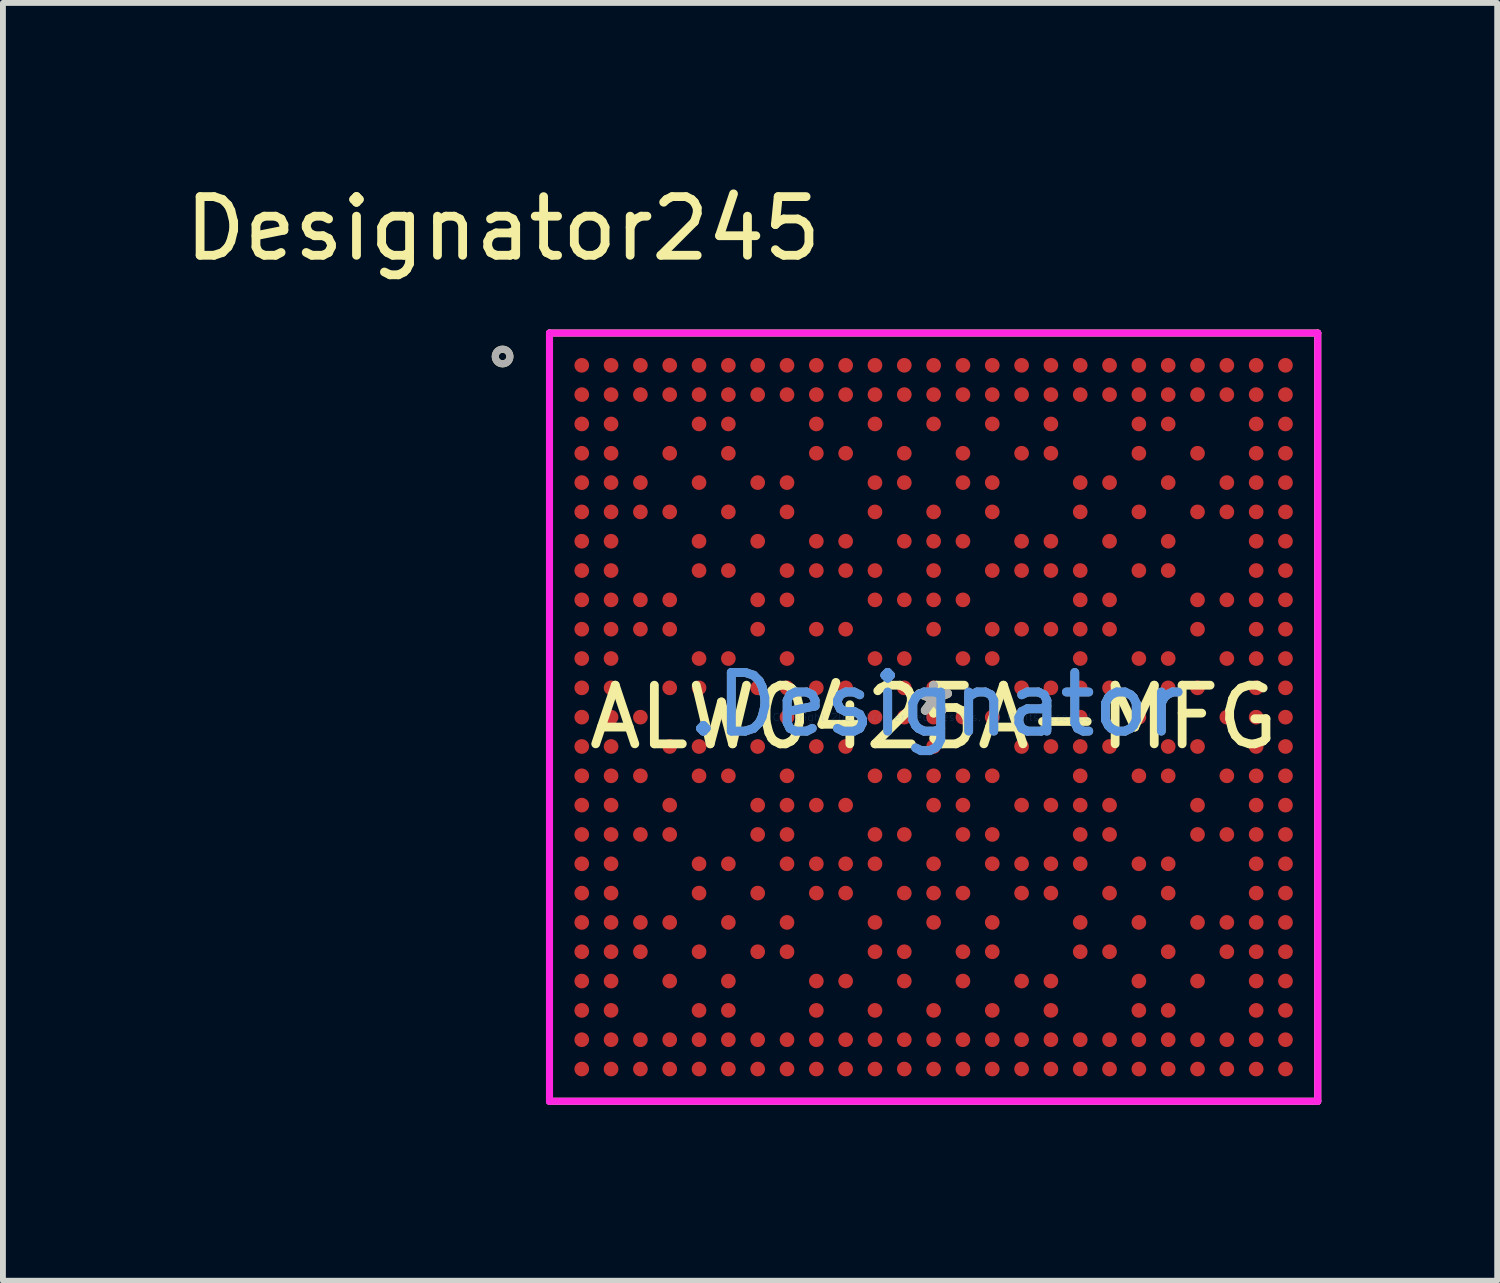
<source format=kicad_pcb>
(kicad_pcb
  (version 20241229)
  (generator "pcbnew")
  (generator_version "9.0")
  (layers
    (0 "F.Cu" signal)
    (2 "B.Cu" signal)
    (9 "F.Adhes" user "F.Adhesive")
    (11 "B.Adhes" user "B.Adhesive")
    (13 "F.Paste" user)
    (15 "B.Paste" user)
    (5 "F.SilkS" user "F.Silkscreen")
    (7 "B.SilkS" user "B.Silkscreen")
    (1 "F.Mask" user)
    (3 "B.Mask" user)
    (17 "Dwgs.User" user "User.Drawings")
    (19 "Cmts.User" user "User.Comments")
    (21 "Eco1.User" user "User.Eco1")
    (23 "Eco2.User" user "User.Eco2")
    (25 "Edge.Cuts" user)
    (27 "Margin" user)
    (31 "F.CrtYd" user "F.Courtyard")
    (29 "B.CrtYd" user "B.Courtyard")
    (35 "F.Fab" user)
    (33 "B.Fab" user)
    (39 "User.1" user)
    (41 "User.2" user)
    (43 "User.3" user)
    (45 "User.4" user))
  (footprint "ALW0425A-MFG"
    (layer "F.Cu")
    (at 12.87 9.179)
    (property "Reference" "ALW0425A-MFG" (at 0 0 0) (layer "F.SilkS") (effects (font (size 1 1) (thickness 0.15))))
    (attr through_hole)
    (fp_line (start -6.55 -6.55) (end 6.55 -6.55) (stroke (width 0.12) (type solid)) (layer "F.SilkS"))
    (fp_line (start -6.55 6.55) (end -6.55 -6.55) (stroke (width 0.12) (type solid)) (layer "F.SilkS"))
    (fp_line (start -6.55 6.55) (end 6.55 6.55) (stroke (width 0.12) (type solid)) (layer "F.SilkS"))
    (fp_line (start 6.55 6.55) (end 6.55 -6.55) (stroke (width 0.12) (type solid)) (layer "F.SilkS"))
    (fp_circle (center -7.35 -6.15) (end -7.225 -6.15) (stroke (width 0.12) (type solid)) (fill no) (layer "F.SilkS"))
    (fp_line (start -6.55 -6.55) (end 6.55 -6.55) (stroke (width 0.12) (type solid)) (layer "F.CrtYd"))
    (fp_line (start -6.55 6.55) (end -6.55 -6.55) (stroke (width 0.12) (type solid)) (layer "F.CrtYd"))
    (fp_line (start -6.55 6.55) (end 6.55 6.55) (stroke (width 0.12) (type solid)) (layer "F.CrtYd"))
    (fp_line (start 6.55 6.55) (end 6.55 -6.55) (stroke (width 0.12) (type solid)) (layer "F.CrtYd"))
    (fp_line (start -6.55 -6.55) (end 6.55 -6.55) (stroke (width 0.1) (type solid)) (layer "F.Fab"))
    (fp_line (start -6.55 6.55) (end -6.55 -6.55) (stroke (width 0.1) (type solid)) (layer "F.Fab"))
    (fp_line (start -6.55 6.55) (end 6.55 6.55) (stroke (width 0.1) (type solid)) (layer "F.Fab"))
    (fp_line (start 6.55 6.55) (end 6.55 -6.55) (stroke (width 0.1) (type solid)) (layer "F.Fab"))
    (fp_circle (center -7.35 -6.15) (end -7.225 -6.15) (stroke (width 0.12) (type solid)) (fill no) (layer "F.Fab"))
    (fp_text user "Designator245" (at -7.341 -8.331 0) (layer "F.SilkS") (effects (font (size 1 1) (thickness 0.15))))
    (fp_text user "*" (at 0 0 0) (layer "F.SilkS") (effects (font (size 1 1) (thickness 0.15))))
    (fp_text user ".Designator" (at 0.05 -0.217 0) (layer "Cmts.User") (effects (font (size 1 1) (thickness 0.15))))
    (fp_text user "Copyright 2021 Accelerated Designs. All rights reserved." (at 0 0 0) (layer "Cmts.User") (effects (font (size 0.127 0.127) (thickness 0.002))))
    (fp_text user ".Designator" (at 0.05 -0.217 0) (layer "F.Fab") (effects (font (size 1 1) (thickness 0.15))))
    (fp_text user "*" (at 0 0 0) (layer "F.Fab") (effects (font (size 1 1) (thickness 0.15))))
    (pad "A1" smd circle (at -6 -6) (size 0.25 0.25) (layers "F.Cu" "F.Mask" "F.Paste"))
    (pad "A2" smd circle (at -5.5 -6) (size 0.25 0.25) (layers "F.Cu" "F.Mask" "F.Paste"))
    (pad "A3" smd circle (at -5 -6) (size 0.25 0.25) (layers "F.Cu" "F.Mask" "F.Paste"))
    (pad "A4" smd circle (at -4.5 -6) (size 0.25 0.25) (layers "F.Cu" "F.Mask" "F.Paste"))
    (pad "A5" smd circle (at -4 -6) (size 0.25 0.25) (layers "F.Cu" "F.Mask" "F.Paste"))
    (pad "A6" smd circle (at -3.5 -6) (size 0.25 0.25) (layers "F.Cu" "F.Mask" "F.Paste"))
    (pad "A7" smd circle (at -3 -6) (size 0.25 0.25) (layers "F.Cu" "F.Mask" "F.Paste"))
    (pad "A8" smd circle (at -2.5 -6) (size 0.25 0.25) (layers "F.Cu" "F.Mask" "F.Paste"))
    (pad "A9" smd circle (at -2 -6) (size 0.25 0.25) (layers "F.Cu" "F.Mask" "F.Paste"))
    (pad "A10" smd circle (at -1.5 -6) (size 0.25 0.25) (layers "F.Cu" "F.Mask" "F.Paste"))
    (pad "A11" smd circle (at -1 -6) (size 0.25 0.25) (layers "F.Cu" "F.Mask" "F.Paste"))
    (pad "A12" smd circle (at -0.5 -6) (size 0.25 0.25) (layers "F.Cu" "F.Mask" "F.Paste"))
    (pad "A13" smd circle (at 0 -6) (size 0.25 0.25) (layers "F.Cu" "F.Mask" "F.Paste"))
    (pad "A14" smd circle (at 0.5 -6) (size 0.25 0.25) (layers "F.Cu" "F.Mask" "F.Paste"))
    (pad "A15" smd circle (at 1 -6) (size 0.25 0.25) (layers "F.Cu" "F.Mask" "F.Paste"))
    (pad "A16" smd circle (at 1.5 -6) (size 0.25 0.25) (layers "F.Cu" "F.Mask" "F.Paste"))
    (pad "A17" smd circle (at 2 -6) (size 0.25 0.25) (layers "F.Cu" "F.Mask" "F.Paste"))
    (pad "A18" smd circle (at 2.5 -6) (size 0.25 0.25) (layers "F.Cu" "F.Mask" "F.Paste"))
    (pad "A19" smd circle (at 3 -6) (size 0.25 0.25) (layers "F.Cu" "F.Mask" "F.Paste"))
    (pad "A20" smd circle (at 3.5 -6) (size 0.25 0.25) (layers "F.Cu" "F.Mask" "F.Paste"))
    (pad "A21" smd circle (at 4 -6) (size 0.25 0.25) (layers "F.Cu" "F.Mask" "F.Paste"))
    (pad "A22" smd circle (at 4.5 -6) (size 0.25 0.25) (layers "F.Cu" "F.Mask" "F.Paste"))
    (pad "A23" smd circle (at 5 -6) (size 0.25 0.25) (layers "F.Cu" "F.Mask" "F.Paste"))
    (pad "A24" smd circle (at 5.5 -6) (size 0.25 0.25) (layers "F.Cu" "F.Mask" "F.Paste"))
    (pad "A25" smd circle (at 6 -6) (size 0.25 0.25) (layers "F.Cu" "F.Mask" "F.Paste"))
    (pad "AA1" smd circle (at -6 4) (size 0.25 0.25) (layers "F.Cu" "F.Mask" "F.Paste"))
    (pad "AA2" smd circle (at -5.5 4) (size 0.25 0.25) (layers "F.Cu" "F.Mask" "F.Paste"))
    (pad "AA3" smd circle (at -5 4) (size 0.25 0.25) (layers "F.Cu" "F.Mask" "F.Paste"))
    (pad "AA5" smd circle (at -4 4) (size 0.25 0.25) (layers "F.Cu" "F.Mask" "F.Paste"))
    (pad "AA7" smd circle (at -3 4) (size 0.25 0.25) (layers "F.Cu" "F.Mask" "F.Paste"))
    (pad "AA8" smd circle (at -2.5 4) (size 0.25 0.25) (layers "F.Cu" "F.Mask" "F.Paste"))
    (pad "AA11" smd circle (at -1 4) (size 0.25 0.25) (layers "F.Cu" "F.Mask" "F.Paste"))
    (pad "AA12" smd circle (at -0.5 4) (size 0.25 0.25) (layers "F.Cu" "F.Mask" "F.Paste"))
    (pad "AA14" smd circle (at 0.5 4) (size 0.25 0.25) (layers "F.Cu" "F.Mask" "F.Paste"))
    (pad "AA15" smd circle (at 1 4) (size 0.25 0.25) (layers "F.Cu" "F.Mask" "F.Paste"))
    (pad "AA18" smd circle (at 2.5 4) (size 0.25 0.25) (layers "F.Cu" "F.Mask" "F.Paste"))
    (pad "AA19" smd circle (at 3 4) (size 0.25 0.25) (layers "F.Cu" "F.Mask" "F.Paste"))
    (pad "AA21" smd circle (at 4 4) (size 0.25 0.25) (layers "F.Cu" "F.Mask" "F.Paste"))
    (pad "AA23" smd circle (at 5 4) (size 0.25 0.25) (layers "F.Cu" "F.Mask" "F.Paste"))
    (pad "AA24" smd circle (at 5.5 4) (size 0.25 0.25) (layers "F.Cu" "F.Mask" "F.Paste"))
    (pad "AA25" smd circle (at 6 4) (size 0.25 0.25) (layers "F.Cu" "F.Mask" "F.Paste"))
    (pad "AB1" smd circle (at -6 4.5) (size 0.25 0.25) (layers "F.Cu" "F.Mask" "F.Paste"))
    (pad "AB2" smd circle (at -5.5 4.5) (size 0.25 0.25) (layers "F.Cu" "F.Mask" "F.Paste"))
    (pad "AB4" smd circle (at -4.5 4.5) (size 0.25 0.25) (layers "F.Cu" "F.Mask" "F.Paste"))
    (pad "AB6" smd circle (at -3.5 4.5) (size 0.25 0.25) (layers "F.Cu" "F.Mask" "F.Paste"))
    (pad "AB9" smd circle (at -2 4.5) (size 0.25 0.25) (layers "F.Cu" "F.Mask" "F.Paste"))
    (pad "AB10" smd circle (at -1.5 4.5) (size 0.25 0.25) (layers "F.Cu" "F.Mask" "F.Paste"))
    (pad "AB12" smd circle (at -0.5 4.5) (size 0.25 0.25) (layers "F.Cu" "F.Mask" "F.Paste"))
    (pad "AB14" smd circle (at 0.5 4.5) (size 0.25 0.25) (layers "F.Cu" "F.Mask" "F.Paste"))
    (pad "AB16" smd circle (at 1.5 4.5) (size 0.25 0.25) (layers "F.Cu" "F.Mask" "F.Paste"))
    (pad "AB17" smd circle (at 2 4.5) (size 0.25 0.25) (layers "F.Cu" "F.Mask" "F.Paste"))
    (pad "AB20" smd circle (at 3.5 4.5) (size 0.25 0.25) (layers "F.Cu" "F.Mask" "F.Paste"))
    (pad "AB22" smd circle (at 4.5 4.5) (size 0.25 0.25) (layers "F.Cu" "F.Mask" "F.Paste"))
    (pad "AB24" smd circle (at 5.5 4.5) (size 0.25 0.25) (layers "F.Cu" "F.Mask" "F.Paste"))
    (pad "AB25" smd circle (at 6 4.5) (size 0.25 0.25) (layers "F.Cu" "F.Mask" "F.Paste"))
    (pad "AC1" smd circle (at -6 5) (size 0.25 0.25) (layers "F.Cu" "F.Mask" "F.Paste"))
    (pad "AC2" smd circle (at -5.5 5) (size 0.25 0.25) (layers "F.Cu" "F.Mask" "F.Paste"))
    (pad "AC5" smd circle (at -4 5) (size 0.25 0.25) (layers "F.Cu" "F.Mask" "F.Paste"))
    (pad "AC6" smd circle (at -3.5 5) (size 0.25 0.25) (layers "F.Cu" "F.Mask" "F.Paste"))
    (pad "AC9" smd circle (at -2 5) (size 0.25 0.25) (layers "F.Cu" "F.Mask" "F.Paste"))
    (pad "AC11" smd circle (at -1 5) (size 0.25 0.25) (layers "F.Cu" "F.Mask" "F.Paste"))
    (pad "AC13" smd circle (at 0 5) (size 0.25 0.25) (layers "F.Cu" "F.Mask" "F.Paste"))
    (pad "AC15" smd circle (at 1 5) (size 0.25 0.25) (layers "F.Cu" "F.Mask" "F.Paste"))
    (pad "AC17" smd circle (at 2 5) (size 0.25 0.25) (layers "F.Cu" "F.Mask" "F.Paste"))
    (pad "AC20" smd circle (at 3.5 5) (size 0.25 0.25) (layers "F.Cu" "F.Mask" "F.Paste"))
    (pad "AC21" smd circle (at 4 5) (size 0.25 0.25) (layers "F.Cu" "F.Mask" "F.Paste"))
    (pad "AC24" smd circle (at 5.5 5) (size 0.25 0.25) (layers "F.Cu" "F.Mask" "F.Paste"))
    (pad "AC25" smd circle (at 6 5) (size 0.25 0.25) (layers "F.Cu" "F.Mask" "F.Paste"))
    (pad "AD1" smd circle (at -6 5.5) (size 0.25 0.25) (layers "F.Cu" "F.Mask" "F.Paste"))
    (pad "AD2" smd circle (at -5.5 5.5) (size 0.25 0.25) (layers "F.Cu" "F.Mask" "F.Paste"))
    (pad "AD3" smd circle (at -5 5.5) (size 0.25 0.25) (layers "F.Cu" "F.Mask" "F.Paste"))
    (pad "AD4" smd circle (at -4.5 5.5) (size 0.25 0.25) (layers "F.Cu" "F.Mask" "F.Paste"))
    (pad "AD5" smd circle (at -4 5.5) (size 0.25 0.25) (layers "F.Cu" "F.Mask" "F.Paste"))
    (pad "AD6" smd circle (at -3.5 5.5) (size 0.25 0.25) (layers "F.Cu" "F.Mask" "F.Paste"))
    (pad "AD7" smd circle (at -3 5.5) (size 0.25 0.25) (layers "F.Cu" "F.Mask" "F.Paste"))
    (pad "AD8" smd circle (at -2.5 5.5) (size 0.25 0.25) (layers "F.Cu" "F.Mask" "F.Paste"))
    (pad "AD9" smd circle (at -2 5.5) (size 0.25 0.25) (layers "F.Cu" "F.Mask" "F.Paste"))
    (pad "AD10" smd circle (at -1.5 5.5) (size 0.25 0.25) (layers "F.Cu" "F.Mask" "F.Paste"))
    (pad "AD11" smd circle (at -1 5.5) (size 0.25 0.25) (layers "F.Cu" "F.Mask" "F.Paste"))
    (pad "AD12" smd circle (at -0.5 5.5) (size 0.25 0.25) (layers "F.Cu" "F.Mask" "F.Paste"))
    (pad "AD13" smd circle (at 0 5.5) (size 0.25 0.25) (layers "F.Cu" "F.Mask" "F.Paste"))
    (pad "AD14" smd circle (at 0.5 5.5) (size 0.25 0.25) (layers "F.Cu" "F.Mask" "F.Paste"))
    (pad "AD15" smd circle (at 1 5.5) (size 0.25 0.25) (layers "F.Cu" "F.Mask" "F.Paste"))
    (pad "AD16" smd circle (at 1.5 5.5) (size 0.25 0.25) (layers "F.Cu" "F.Mask" "F.Paste"))
    (pad "AD17" smd circle (at 2 5.5) (size 0.25 0.25) (layers "F.Cu" "F.Mask" "F.Paste"))
    (pad "AD18" smd circle (at 2.5 5.5) (size 0.25 0.25) (layers "F.Cu" "F.Mask" "F.Paste"))
    (pad "AD19" smd circle (at 3 5.5) (size 0.25 0.25) (layers "F.Cu" "F.Mask" "F.Paste"))
    (pad "AD20" smd circle (at 3.5 5.5) (size 0.25 0.25) (layers "F.Cu" "F.Mask" "F.Paste"))
    (pad "AD21" smd circle (at 4 5.5) (size 0.25 0.25) (layers "F.Cu" "F.Mask" "F.Paste"))
    (pad "AD22" smd circle (at 4.5 5.5) (size 0.25 0.25) (layers "F.Cu" "F.Mask" "F.Paste"))
    (pad "AD23" smd circle (at 5 5.5) (size 0.25 0.25) (layers "F.Cu" "F.Mask" "F.Paste"))
    (pad "AD24" smd circle (at 5.5 5.5) (size 0.25 0.25) (layers "F.Cu" "F.Mask" "F.Paste"))
    (pad "AD25" smd circle (at 6 5.5) (size 0.25 0.25) (layers "F.Cu" "F.Mask" "F.Paste"))
    (pad "AE1" smd circle (at -6 6) (size 0.25 0.25) (layers "F.Cu" "F.Mask" "F.Paste"))
    (pad "AE2" smd circle (at -5.5 6) (size 0.25 0.25) (layers "F.Cu" "F.Mask" "F.Paste"))
    (pad "AE3" smd circle (at -5 6) (size 0.25 0.25) (layers "F.Cu" "F.Mask" "F.Paste"))
    (pad "AE4" smd circle (at -4.5 6) (size 0.25 0.25) (layers "F.Cu" "F.Mask" "F.Paste"))
    (pad "AE5" smd circle (at -4 6) (size 0.25 0.25) (layers "F.Cu" "F.Mask" "F.Paste"))
    (pad "AE6" smd circle (at -3.5 6) (size 0.25 0.25) (layers "F.Cu" "F.Mask" "F.Paste"))
    (pad "AE7" smd circle (at -3 6) (size 0.25 0.25) (layers "F.Cu" "F.Mask" "F.Paste"))
    (pad "AE8" smd circle (at -2.5 6) (size 0.25 0.25) (layers "F.Cu" "F.Mask" "F.Paste"))
    (pad "AE9" smd circle (at -2 6) (size 0.25 0.25) (layers "F.Cu" "F.Mask" "F.Paste"))
    (pad "AE10" smd circle (at -1.5 6) (size 0.25 0.25) (layers "F.Cu" "F.Mask" "F.Paste"))
    (pad "AE11" smd circle (at -1 6) (size 0.25 0.25) (layers "F.Cu" "F.Mask" "F.Paste"))
    (pad "AE12" smd circle (at -0.5 6) (size 0.25 0.25) (layers "F.Cu" "F.Mask" "F.Paste"))
    (pad "AE13" smd circle (at 0 6) (size 0.25 0.25) (layers "F.Cu" "F.Mask" "F.Paste"))
    (pad "AE14" smd circle (at 0.5 6) (size 0.25 0.25) (layers "F.Cu" "F.Mask" "F.Paste"))
    (pad "AE15" smd circle (at 1 6) (size 0.25 0.25) (layers "F.Cu" "F.Mask" "F.Paste"))
    (pad "AE16" smd circle (at 1.5 6) (size 0.25 0.25) (layers "F.Cu" "F.Mask" "F.Paste"))
    (pad "AE17" smd circle (at 2 6) (size 0.25 0.25) (layers "F.Cu" "F.Mask" "F.Paste"))
    (pad "AE18" smd circle (at 2.5 6) (size 0.25 0.25) (layers "F.Cu" "F.Mask" "F.Paste"))
    (pad "AE19" smd circle (at 3 6) (size 0.25 0.25) (layers "F.Cu" "F.Mask" "F.Paste"))
    (pad "AE20" smd circle (at 3.5 6) (size 0.25 0.25) (layers "F.Cu" "F.Mask" "F.Paste"))
    (pad "AE21" smd circle (at 4 6) (size 0.25 0.25) (layers "F.Cu" "F.Mask" "F.Paste"))
    (pad "AE22" smd circle (at 4.5 6) (size 0.25 0.25) (layers "F.Cu" "F.Mask" "F.Paste"))
    (pad "AE23" smd circle (at 5 6) (size 0.25 0.25) (layers "F.Cu" "F.Mask" "F.Paste"))
    (pad "AE24" smd circle (at 5.5 6) (size 0.25 0.25) (layers "F.Cu" "F.Mask" "F.Paste"))
    (pad "AE25" smd circle (at 6 6) (size 0.25 0.25) (layers "F.Cu" "F.Mask" "F.Paste"))
    (pad "B1" smd circle (at -6 -5.5) (size 0.25 0.25) (layers "F.Cu" "F.Mask" "F.Paste"))
    (pad "B2" smd circle (at -5.5 -5.5) (size 0.25 0.25) (layers "F.Cu" "F.Mask" "F.Paste"))
    (pad "B3" smd circle (at -5 -5.5) (size 0.25 0.25) (layers "F.Cu" "F.Mask" "F.Paste"))
    (pad "B4" smd circle (at -4.5 -5.5) (size 0.25 0.25) (layers "F.Cu" "F.Mask" "F.Paste"))
    (pad "B5" smd circle (at -4 -5.5) (size 0.25 0.25) (layers "F.Cu" "F.Mask" "F.Paste"))
    (pad "B6" smd circle (at -3.5 -5.5) (size 0.25 0.25) (layers "F.Cu" "F.Mask" "F.Paste"))
    (pad "B7" smd circle (at -3 -5.5) (size 0.25 0.25) (layers "F.Cu" "F.Mask" "F.Paste"))
    (pad "B8" smd circle (at -2.5 -5.5) (size 0.25 0.25) (layers "F.Cu" "F.Mask" "F.Paste"))
    (pad "B9" smd circle (at -2 -5.5) (size 0.25 0.25) (layers "F.Cu" "F.Mask" "F.Paste"))
    (pad "B10" smd circle (at -1.5 -5.5) (size 0.25 0.25) (layers "F.Cu" "F.Mask" "F.Paste"))
    (pad "B11" smd circle (at -1 -5.5) (size 0.25 0.25) (layers "F.Cu" "F.Mask" "F.Paste"))
    (pad "B12" smd circle (at -0.5 -5.5) (size 0.25 0.25) (layers "F.Cu" "F.Mask" "F.Paste"))
    (pad "B13" smd circle (at 0 -5.5) (size 0.25 0.25) (layers "F.Cu" "F.Mask" "F.Paste"))
    (pad "B14" smd circle (at 0.5 -5.5) (size 0.25 0.25) (layers "F.Cu" "F.Mask" "F.Paste"))
    (pad "B15" smd circle (at 1 -5.5) (size 0.25 0.25) (layers "F.Cu" "F.Mask" "F.Paste"))
    (pad "B16" smd circle (at 1.5 -5.5) (size 0.25 0.25) (layers "F.Cu" "F.Mask" "F.Paste"))
    (pad "B17" smd circle (at 2 -5.5) (size 0.25 0.25) (layers "F.Cu" "F.Mask" "F.Paste"))
    (pad "B18" smd circle (at 2.5 -5.5) (size 0.25 0.25) (layers "F.Cu" "F.Mask" "F.Paste"))
    (pad "B19" smd circle (at 3 -5.5) (size 0.25 0.25) (layers "F.Cu" "F.Mask" "F.Paste"))
    (pad "B20" smd circle (at 3.5 -5.5) (size 0.25 0.25) (layers "F.Cu" "F.Mask" "F.Paste"))
    (pad "B21" smd circle (at 4 -5.5) (size 0.25 0.25) (layers "F.Cu" "F.Mask" "F.Paste"))
    (pad "B22" smd circle (at 4.5 -5.5) (size 0.25 0.25) (layers "F.Cu" "F.Mask" "F.Paste"))
    (pad "B23" smd circle (at 5 -5.5) (size 0.25 0.25) (layers "F.Cu" "F.Mask" "F.Paste"))
    (pad "B24" smd circle (at 5.5 -5.5) (size 0.25 0.25) (layers "F.Cu" "F.Mask" "F.Paste"))
    (pad "B25" smd circle (at 6 -5.5) (size 0.25 0.25) (layers "F.Cu" "F.Mask" "F.Paste"))
    (pad "C1" smd circle (at -6 -5) (size 0.25 0.25) (layers "F.Cu" "F.Mask" "F.Paste"))
    (pad "C2" smd circle (at -5.5 -5) (size 0.25 0.25) (layers "F.Cu" "F.Mask" "F.Paste"))
    (pad "C5" smd circle (at -4 -5) (size 0.25 0.25) (layers "F.Cu" "F.Mask" "F.Paste"))
    (pad "C6" smd circle (at -3.5 -5) (size 0.25 0.25) (layers "F.Cu" "F.Mask" "F.Paste"))
    (pad "C9" smd circle (at -2 -5) (size 0.25 0.25) (layers "F.Cu" "F.Mask" "F.Paste"))
    (pad "C11" smd circle (at -1 -5) (size 0.25 0.25) (layers "F.Cu" "F.Mask" "F.Paste"))
    (pad "C13" smd circle (at 0 -5) (size 0.25 0.25) (layers "F.Cu" "F.Mask" "F.Paste"))
    (pad "C15" smd circle (at 1 -5) (size 0.25 0.25) (layers "F.Cu" "F.Mask" "F.Paste"))
    (pad "C17" smd circle (at 2 -5) (size 0.25 0.25) (layers "F.Cu" "F.Mask" "F.Paste"))
    (pad "C20" smd circle (at 3.5 -5) (size 0.25 0.25) (layers "F.Cu" "F.Mask" "F.Paste"))
    (pad "C21" smd circle (at 4 -5) (size 0.25 0.25) (layers "F.Cu" "F.Mask" "F.Paste"))
    (pad "C24" smd circle (at 5.5 -5) (size 0.25 0.25) (layers "F.Cu" "F.Mask" "F.Paste"))
    (pad "C25" smd circle (at 6 -5) (size 0.25 0.25) (layers "F.Cu" "F.Mask" "F.Paste"))
    (pad "D1" smd circle (at -6 -4.5) (size 0.25 0.25) (layers "F.Cu" "F.Mask" "F.Paste"))
    (pad "D2" smd circle (at -5.5 -4.5) (size 0.25 0.25) (layers "F.Cu" "F.Mask" "F.Paste"))
    (pad "D4" smd circle (at -4.5 -4.5) (size 0.25 0.25) (layers "F.Cu" "F.Mask" "F.Paste"))
    (pad "D6" smd circle (at -3.5 -4.5) (size 0.25 0.25) (layers "F.Cu" "F.Mask" "F.Paste"))
    (pad "D9" smd circle (at -2 -4.5) (size 0.25 0.25) (layers "F.Cu" "F.Mask" "F.Paste"))
    (pad "D10" smd circle (at -1.5 -4.5) (size 0.25 0.25) (layers "F.Cu" "F.Mask" "F.Paste"))
    (pad "D12" smd circle (at -0.5 -4.5) (size 0.25 0.25) (layers "F.Cu" "F.Mask" "F.Paste"))
    (pad "D14" smd circle (at 0.5 -4.5) (size 0.25 0.25) (layers "F.Cu" "F.Mask" "F.Paste"))
    (pad "D16" smd circle (at 1.5 -4.5) (size 0.25 0.25) (layers "F.Cu" "F.Mask" "F.Paste"))
    (pad "D17" smd circle (at 2 -4.5) (size 0.25 0.25) (layers "F.Cu" "F.Mask" "F.Paste"))
    (pad "D20" smd circle (at 3.5 -4.5) (size 0.25 0.25) (layers "F.Cu" "F.Mask" "F.Paste"))
    (pad "D22" smd circle (at 4.5 -4.5) (size 0.25 0.25) (layers "F.Cu" "F.Mask" "F.Paste"))
    (pad "D24" smd circle (at 5.5 -4.5) (size 0.25 0.25) (layers "F.Cu" "F.Mask" "F.Paste"))
    (pad "D25" smd circle (at 6 -4.5) (size 0.25 0.25) (layers "F.Cu" "F.Mask" "F.Paste"))
    (pad "E1" smd circle (at -6 -4) (size 0.25 0.25) (layers "F.Cu" "F.Mask" "F.Paste"))
    (pad "E2" smd circle (at -5.5 -4) (size 0.25 0.25) (layers "F.Cu" "F.Mask" "F.Paste"))
    (pad "E3" smd circle (at -5 -4) (size 0.25 0.25) (layers "F.Cu" "F.Mask" "F.Paste"))
    (pad "E5" smd circle (at -4 -4) (size 0.25 0.25) (layers "F.Cu" "F.Mask" "F.Paste"))
    (pad "E7" smd circle (at -3 -4) (size 0.25 0.25) (layers "F.Cu" "F.Mask" "F.Paste"))
    (pad "E8" smd circle (at -2.5 -4) (size 0.25 0.25) (layers "F.Cu" "F.Mask" "F.Paste"))
    (pad "E11" smd circle (at -1 -4) (size 0.25 0.25) (layers "F.Cu" "F.Mask" "F.Paste"))
    (pad "E12" smd circle (at -0.5 -4) (size 0.25 0.25) (layers "F.Cu" "F.Mask" "F.Paste"))
    (pad "E14" smd circle (at 0.5 -4) (size 0.25 0.25) (layers "F.Cu" "F.Mask" "F.Paste"))
    (pad "E15" smd circle (at 1 -4) (size 0.25 0.25) (layers "F.Cu" "F.Mask" "F.Paste"))
    (pad "E18" smd circle (at 2.5 -4) (size 0.25 0.25) (layers "F.Cu" "F.Mask" "F.Paste"))
    (pad "E19" smd circle (at 3 -4) (size 0.25 0.25) (layers "F.Cu" "F.Mask" "F.Paste"))
    (pad "E21" smd circle (at 4 -4) (size 0.25 0.25) (layers "F.Cu" "F.Mask" "F.Paste"))
    (pad "E23" smd circle (at 5 -4) (size 0.25 0.25) (layers "F.Cu" "F.Mask" "F.Paste"))
    (pad "E24" smd circle (at 5.5 -4) (size 0.25 0.25) (layers "F.Cu" "F.Mask" "F.Paste"))
    (pad "E25" smd circle (at 6 -4) (size 0.25 0.25) (layers "F.Cu" "F.Mask" "F.Paste"))
    (pad "F1" smd circle (at -6 -3.5) (size 0.25 0.25) (layers "F.Cu" "F.Mask" "F.Paste"))
    (pad "F2" smd circle (at -5.5 -3.5) (size 0.25 0.25) (layers "F.Cu" "F.Mask" "F.Paste"))
    (pad "F3" smd circle (at -5 -3.5) (size 0.25 0.25) (layers "F.Cu" "F.Mask" "F.Paste"))
    (pad "F4" smd circle (at -4.5 -3.5) (size 0.25 0.25) (layers "F.Cu" "F.Mask" "F.Paste"))
    (pad "F6" smd circle (at -3.5 -3.5) (size 0.25 0.25) (layers "F.Cu" "F.Mask" "F.Paste"))
    (pad "F8" smd circle (at -2.5 -3.5) (size 0.25 0.25) (layers "F.Cu" "F.Mask" "F.Paste"))
    (pad "F11" smd circle (at -1 -3.5) (size 0.25 0.25) (layers "F.Cu" "F.Mask" "F.Paste"))
    (pad "F13" smd circle (at 0 -3.5) (size 0.25 0.25) (layers "F.Cu" "F.Mask" "F.Paste"))
    (pad "F15" smd circle (at 1 -3.5) (size 0.25 0.25) (layers "F.Cu" "F.Mask" "F.Paste"))
    (pad "F18" smd circle (at 2.5 -3.5) (size 0.25 0.25) (layers "F.Cu" "F.Mask" "F.Paste"))
    (pad "F20" smd circle (at 3.5 -3.5) (size 0.25 0.25) (layers "F.Cu" "F.Mask" "F.Paste"))
    (pad "F22" smd circle (at 4.5 -3.5) (size 0.25 0.25) (layers "F.Cu" "F.Mask" "F.Paste"))
    (pad "F23" smd circle (at 5 -3.5) (size 0.25 0.25) (layers "F.Cu" "F.Mask" "F.Paste"))
    (pad "F24" smd circle (at 5.5 -3.5) (size 0.25 0.25) (layers "F.Cu" "F.Mask" "F.Paste"))
    (pad "F25" smd circle (at 6 -3.5) (size 0.25 0.25) (layers "F.Cu" "F.Mask" "F.Paste"))
    (pad "G1" smd circle (at -6 -3) (size 0.25 0.25) (layers "F.Cu" "F.Mask" "F.Paste"))
    (pad "G2" smd circle (at -5.5 -3) (size 0.25 0.25) (layers "F.Cu" "F.Mask" "F.Paste"))
    (pad "G5" smd circle (at -4 -3) (size 0.25 0.25) (layers "F.Cu" "F.Mask" "F.Paste"))
    (pad "G7" smd circle (at -3 -3) (size 0.25 0.25) (layers "F.Cu" "F.Mask" "F.Paste"))
    (pad "G9" smd circle (at -2 -3) (size 0.25 0.25) (layers "F.Cu" "F.Mask" "F.Paste"))
    (pad "G10" smd circle (at -1.5 -3) (size 0.25 0.25) (layers "F.Cu" "F.Mask" "F.Paste"))
    (pad "G12" smd circle (at -0.5 -3) (size 0.25 0.25) (layers "F.Cu" "F.Mask" "F.Paste"))
    (pad "G13" smd circle (at 0 -3) (size 0.25 0.25) (layers "F.Cu" "F.Mask" "F.Paste"))
    (pad "G14" smd circle (at 0.5 -3) (size 0.25 0.25) (layers "F.Cu" "F.Mask" "F.Paste"))
    (pad "G16" smd circle (at 1.5 -3) (size 0.25 0.25) (layers "F.Cu" "F.Mask" "F.Paste"))
    (pad "G17" smd circle (at 2 -3) (size 0.25 0.25) (layers "F.Cu" "F.Mask" "F.Paste"))
    (pad "G19" smd circle (at 3 -3) (size 0.25 0.25) (layers "F.Cu" "F.Mask" "F.Paste"))
    (pad "G21" smd circle (at 4 -3) (size 0.25 0.25) (layers "F.Cu" "F.Mask" "F.Paste"))
    (pad "G24" smd circle (at 5.5 -3) (size 0.25 0.25) (layers "F.Cu" "F.Mask" "F.Paste"))
    (pad "G25" smd circle (at 6 -3) (size 0.25 0.25) (layers "F.Cu" "F.Mask" "F.Paste"))
    (pad "H1" smd circle (at -6 -2.5) (size 0.25 0.25) (layers "F.Cu" "F.Mask" "F.Paste"))
    (pad "H2" smd circle (at -5.5 -2.5) (size 0.25 0.25) (layers "F.Cu" "F.Mask" "F.Paste"))
    (pad "H5" smd circle (at -4 -2.5) (size 0.25 0.25) (layers "F.Cu" "F.Mask" "F.Paste"))
    (pad "H6" smd circle (at -3.5 -2.5) (size 0.25 0.25) (layers "F.Cu" "F.Mask" "F.Paste"))
    (pad "H8" smd circle (at -2.5 -2.5) (size 0.25 0.25) (layers "F.Cu" "F.Mask" "F.Paste"))
    (pad "H9" smd circle (at -2 -2.5) (size 0.25 0.25) (layers "F.Cu" "F.Mask" "F.Paste"))
    (pad "H10" smd circle (at -1.5 -2.5) (size 0.25 0.25) (layers "F.Cu" "F.Mask" "F.Paste"))
    (pad "H11" smd circle (at -1 -2.5) (size 0.25 0.25) (layers "F.Cu" "F.Mask" "F.Paste"))
    (pad "H13" smd circle (at 0 -2.5) (size 0.25 0.25) (layers "F.Cu" "F.Mask" "F.Paste"))
    (pad "H15" smd circle (at 1 -2.5) (size 0.25 0.25) (layers "F.Cu" "F.Mask" "F.Paste"))
    (pad "H16" smd circle (at 1.5 -2.5) (size 0.25 0.25) (layers "F.Cu" "F.Mask" "F.Paste"))
    (pad "H17" smd circle (at 2 -2.5) (size 0.25 0.25) (layers "F.Cu" "F.Mask" "F.Paste"))
    (pad "H18" smd circle (at 2.5 -2.5) (size 0.25 0.25) (layers "F.Cu" "F.Mask" "F.Paste"))
    (pad "H20" smd circle (at 3.5 -2.5) (size 0.25 0.25) (layers "F.Cu" "F.Mask" "F.Paste"))
    (pad "H21" smd circle (at 4 -2.5) (size 0.25 0.25) (layers "F.Cu" "F.Mask" "F.Paste"))
    (pad "H24" smd circle (at 5.5 -2.5) (size 0.25 0.25) (layers "F.Cu" "F.Mask" "F.Paste"))
    (pad "H25" smd circle (at 6 -2.5) (size 0.25 0.25) (layers "F.Cu" "F.Mask" "F.Paste"))
    (pad "J1" smd circle (at -6 -2) (size 0.25 0.25) (layers "F.Cu" "F.Mask" "F.Paste"))
    (pad "J2" smd circle (at -5.5 -2) (size 0.25 0.25) (layers "F.Cu" "F.Mask" "F.Paste"))
    (pad "J3" smd circle (at -5 -2) (size 0.25 0.25) (layers "F.Cu" "F.Mask" "F.Paste"))
    (pad "J4" smd circle (at -4.5 -2) (size 0.25 0.25) (layers "F.Cu" "F.Mask" "F.Paste"))
    (pad "J7" smd circle (at -3 -2) (size 0.25 0.25) (layers "F.Cu" "F.Mask" "F.Paste"))
    (pad "J8" smd circle (at -2.5 -2) (size 0.25 0.25) (layers "F.Cu" "F.Mask" "F.Paste"))
    (pad "J11" smd circle (at -1 -2) (size 0.25 0.25) (layers "F.Cu" "F.Mask" "F.Paste"))
    (pad "J12" smd circle (at -0.5 -2) (size 0.25 0.25) (layers "F.Cu" "F.Mask" "F.Paste"))
    (pad "J13" smd circle (at 0 -2) (size 0.25 0.25) (layers "F.Cu" "F.Mask" "F.Paste"))
    (pad "J14" smd circle (at 0.5 -2) (size 0.25 0.25) (layers "F.Cu" "F.Mask" "F.Paste"))
    (pad "J18" smd circle (at 2.5 -2) (size 0.25 0.25) (layers "F.Cu" "F.Mask" "F.Paste"))
    (pad "J19" smd circle (at 3 -2) (size 0.25 0.25) (layers "F.Cu" "F.Mask" "F.Paste"))
    (pad "J22" smd circle (at 4.5 -2) (size 0.25 0.25) (layers "F.Cu" "F.Mask" "F.Paste"))
    (pad "J23" smd circle (at 5 -2) (size 0.25 0.25) (layers "F.Cu" "F.Mask" "F.Paste"))
    (pad "J24" smd circle (at 5.5 -2) (size 0.25 0.25) (layers "F.Cu" "F.Mask" "F.Paste"))
    (pad "J25" smd circle (at 6 -2) (size 0.25 0.25) (layers "F.Cu" "F.Mask" "F.Paste"))
    (pad "K1" smd circle (at -6 -1.5) (size 0.25 0.25) (layers "F.Cu" "F.Mask" "F.Paste"))
    (pad "K2" smd circle (at -5.5 -1.5) (size 0.25 0.25) (layers "F.Cu" "F.Mask" "F.Paste"))
    (pad "K3" smd circle (at -5 -1.5) (size 0.25 0.25) (layers "F.Cu" "F.Mask" "F.Paste"))
    (pad "K4" smd circle (at -4.5 -1.5) (size 0.25 0.25) (layers "F.Cu" "F.Mask" "F.Paste"))
    (pad "K7" smd circle (at -3 -1.5) (size 0.25 0.25) (layers "F.Cu" "F.Mask" "F.Paste"))
    (pad "K9" smd circle (at -2 -1.5) (size 0.25 0.25) (layers "F.Cu" "F.Mask" "F.Paste"))
    (pad "K10" smd circle (at -1.5 -1.5) (size 0.25 0.25) (layers "F.Cu" "F.Mask" "F.Paste"))
    (pad "K13" smd circle (at 0 -1.5) (size 0.25 0.25) (layers "F.Cu" "F.Mask" "F.Paste"))
    (pad "K15" smd circle (at 1 -1.5) (size 0.25 0.25) (layers "F.Cu" "F.Mask" "F.Paste"))
    (pad "K16" smd circle (at 1.5 -1.5) (size 0.25 0.25) (layers "F.Cu" "F.Mask" "F.Paste"))
    (pad "K17" smd circle (at 2 -1.5) (size 0.25 0.25) (layers "F.Cu" "F.Mask" "F.Paste"))
    (pad "K18" smd circle (at 2.5 -1.5) (size 0.25 0.25) (layers "F.Cu" "F.Mask" "F.Paste"))
    (pad "K19" smd circle (at 3 -1.5) (size 0.25 0.25) (layers "F.Cu" "F.Mask" "F.Paste"))
    (pad "K22" smd circle (at 4.5 -1.5) (size 0.25 0.25) (layers "F.Cu" "F.Mask" "F.Paste"))
    (pad "K24" smd circle (at 5.5 -1.5) (size 0.25 0.25) (layers "F.Cu" "F.Mask" "F.Paste"))
    (pad "K25" smd circle (at 6 -1.5) (size 0.25 0.25) (layers "F.Cu" "F.Mask" "F.Paste"))
    (pad "L1" smd circle (at -6 -1) (size 0.25 0.25) (layers "F.Cu" "F.Mask" "F.Paste"))
    (pad "L2" smd circle (at -5.5 -1) (size 0.25 0.25) (layers "F.Cu" "F.Mask" "F.Paste"))
    (pad "L5" smd circle (at -4 -1) (size 0.25 0.25) (layers "F.Cu" "F.Mask" "F.Paste"))
    (pad "L6" smd circle (at -3.5 -1) (size 0.25 0.25) (layers "F.Cu" "F.Mask" "F.Paste"))
    (pad "L8" smd circle (at -2.5 -1) (size 0.25 0.25) (layers "F.Cu" "F.Mask" "F.Paste"))
    (pad "L11" smd circle (at -1 -1) (size 0.25 0.25) (layers "F.Cu" "F.Mask" "F.Paste"))
    (pad "L12" smd circle (at -0.5 -1) (size 0.25 0.25) (layers "F.Cu" "F.Mask" "F.Paste"))
    (pad "L14" smd circle (at 0.5 -1) (size 0.25 0.25) (layers "F.Cu" "F.Mask" "F.Paste"))
    (pad "L15" smd circle (at 1 -1) (size 0.25 0.25) (layers "F.Cu" "F.Mask" "F.Paste"))
    (pad "L18" smd circle (at 2.5 -1) (size 0.25 0.25) (layers "F.Cu" "F.Mask" "F.Paste"))
    (pad "L20" smd circle (at 3.5 -1) (size 0.25 0.25) (layers "F.Cu" "F.Mask" "F.Paste"))
    (pad "L21" smd circle (at 4 -1) (size 0.25 0.25) (layers "F.Cu" "F.Mask" "F.Paste"))
    (pad "L23" smd circle (at 5 -1) (size 0.25 0.25) (layers "F.Cu" "F.Mask" "F.Paste"))
    (pad "L24" smd circle (at 5.5 -1) (size 0.25 0.25) (layers "F.Cu" "F.Mask" "F.Paste"))
    (pad "L25" smd circle (at 6 -1) (size 0.25 0.25) (layers "F.Cu" "F.Mask" "F.Paste"))
    (pad "M1" smd circle (at -6 -0.5) (size 0.25 0.25) (layers "F.Cu" "F.Mask" "F.Paste"))
    (pad "M2" smd circle (at -5.5 -0.5) (size 0.25 0.25) (layers "F.Cu" "F.Mask" "F.Paste"))
    (pad "M4" smd circle (at -4.5 -0.5) (size 0.25 0.25) (layers "F.Cu" "F.Mask" "F.Paste"))
    (pad "M5" smd circle (at -4 -0.5) (size 0.25 0.25) (layers "F.Cu" "F.Mask" "F.Paste"))
    (pad "M7" smd circle (at -3 -0.5) (size 0.25 0.25) (layers "F.Cu" "F.Mask" "F.Paste"))
    (pad "M8" smd circle (at -2.5 -0.5) (size 0.25 0.25) (layers "F.Cu" "F.Mask" "F.Paste"))
    (pad "M9" smd circle (at -2 -0.5) (size 0.25 0.25) (layers "F.Cu" "F.Mask" "F.Paste"))
    (pad "M10" smd circle (at -1.5 -0.5) (size 0.25 0.25) (layers "F.Cu" "F.Mask" "F.Paste"))
    (pad "M12" smd circle (at -0.5 -0.5) (size 0.25 0.25) (layers "F.Cu" "F.Mask" "F.Paste"))
    (pad "M13" smd circle (at 0 -0.5) (size 0.25 0.25) (layers "F.Cu" "F.Mask" "F.Paste"))
    (pad "M16" smd circle (at 1.5 -0.5) (size 0.25 0.25) (layers "F.Cu" "F.Mask" "F.Paste"))
    (pad "M17" smd circle (at 2 -0.5) (size 0.25 0.25) (layers "F.Cu" "F.Mask" "F.Paste"))
    (pad "M18" smd circle (at 2.5 -0.5) (size 0.25 0.25) (layers "F.Cu" "F.Mask" "F.Paste"))
    (pad "M19" smd circle (at 3 -0.5) (size 0.25 0.25) (layers "F.Cu" "F.Mask" "F.Paste"))
    (pad "M21" smd circle (at 4 -0.5) (size 0.25 0.25) (layers "F.Cu" "F.Mask" "F.Paste"))
    (pad "M22" smd circle (at 4.5 -0.5) (size 0.25 0.25) (layers "F.Cu" "F.Mask" "F.Paste"))
    (pad "M24" smd circle (at 5.5 -0.5) (size 0.25 0.25) (layers "F.Cu" "F.Mask" "F.Paste"))
    (pad "M25" smd circle (at 6 -0.5) (size 0.25 0.25) (layers "F.Cu" "F.Mask" "F.Paste"))
    (pad "N1" smd circle (at -6 0) (size 0.25 0.25) (layers "F.Cu" "F.Mask" "F.Paste"))
    (pad "N2" smd circle (at -5.5 0) (size 0.25 0.25) (layers "F.Cu" "F.Mask" "F.Paste"))
    (pad "N3" smd circle (at -5 0) (size 0.25 0.25) (layers "F.Cu" "F.Mask" "F.Paste"))
    (pad "N6" smd circle (at -3.5 0) (size 0.25 0.25) (layers "F.Cu" "F.Mask" "F.Paste"))
    (pad "N8" smd circle (at -2.5 0) (size 0.25 0.25) (layers "F.Cu" "F.Mask" "F.Paste"))
    (pad "N11" smd circle (at -1 0) (size 0.25 0.25) (layers "F.Cu" "F.Mask" "F.Paste"))
    (pad "N12" smd circle (at -0.5 0) (size 0.25 0.25) (layers "F.Cu" "F.Mask" "F.Paste"))
    (pad "N13" smd circle (at 0 0) (size 0.25 0.25) (layers "F.Cu" "F.Mask" "F.Paste"))
    (pad "N14" smd circle (at 0.5 0) (size 0.25 0.25) (layers "F.Cu" "F.Mask" "F.Paste"))
    (pad "N15" smd circle (at 1 0) (size 0.25 0.25) (layers "F.Cu" "F.Mask" "F.Paste"))
    (pad "N18" smd circle (at 2.5 0) (size 0.25 0.25) (layers "F.Cu" "F.Mask" "F.Paste"))
    (pad "N20" smd circle (at 3.5 0) (size 0.25 0.25) (layers "F.Cu" "F.Mask" "F.Paste"))
    (pad "N23" smd circle (at 5 0) (size 0.25 0.25) (layers "F.Cu" "F.Mask" "F.Paste"))
    (pad "N24" smd circle (at 5.5 0) (size 0.25 0.25) (layers "F.Cu" "F.Mask" "F.Paste"))
    (pad "N25" smd circle (at 6 0) (size 0.25 0.25) (layers "F.Cu" "F.Mask" "F.Paste"))
    (pad "P1" smd circle (at -6 0.5) (size 0.25 0.25) (layers "F.Cu" "F.Mask" "F.Paste"))
    (pad "P2" smd circle (at -5.5 0.5) (size 0.25 0.25) (layers "F.Cu" "F.Mask" "F.Paste"))
    (pad "P4" smd circle (at -4.5 0.5) (size 0.25 0.25) (layers "F.Cu" "F.Mask" "F.Paste"))
    (pad "P5" smd circle (at -4 0.5) (size 0.25 0.25) (layers "F.Cu" "F.Mask" "F.Paste"))
    (pad "P7" smd circle (at -3 0.5) (size 0.25 0.25) (layers "F.Cu" "F.Mask" "F.Paste"))
    (pad "P9" smd circle (at -2 0.5) (size 0.25 0.25) (layers "F.Cu" "F.Mask" "F.Paste"))
    (pad "P10" smd circle (at -1.5 0.5) (size 0.25 0.25) (layers "F.Cu" "F.Mask" "F.Paste"))
    (pad "P13" smd circle (at 0 0.5) (size 0.25 0.25) (layers "F.Cu" "F.Mask" "F.Paste"))
    (pad "P16" smd circle (at 1.5 0.5) (size 0.25 0.25) (layers "F.Cu" "F.Mask" "F.Paste"))
    (pad "P17" smd circle (at 2 0.5) (size 0.25 0.25) (layers "F.Cu" "F.Mask" "F.Paste"))
    (pad "P18" smd circle (at 2.5 0.5) (size 0.25 0.25) (layers "F.Cu" "F.Mask" "F.Paste"))
    (pad "P19" smd circle (at 3 0.5) (size 0.25 0.25) (layers "F.Cu" "F.Mask" "F.Paste"))
    (pad "P21" smd circle (at 4 0.5) (size 0.25 0.25) (layers "F.Cu" "F.Mask" "F.Paste"))
    (pad "P22" smd circle (at 4.5 0.5) (size 0.25 0.25) (layers "F.Cu" "F.Mask" "F.Paste"))
    (pad "P24" smd circle (at 5.5 0.5) (size 0.25 0.25) (layers "F.Cu" "F.Mask" "F.Paste"))
    (pad "P25" smd circle (at 6 0.5) (size 0.25 0.25) (layers "F.Cu" "F.Mask" "F.Paste"))
    (pad "R1" smd circle (at -6 1) (size 0.25 0.25) (layers "F.Cu" "F.Mask" "F.Paste"))
    (pad "R2" smd circle (at -5.5 1) (size 0.25 0.25) (layers "F.Cu" "F.Mask" "F.Paste"))
    (pad "R3" smd circle (at -5 1) (size 0.25 0.25) (layers "F.Cu" "F.Mask" "F.Paste"))
    (pad "R5" smd circle (at -4 1) (size 0.25 0.25) (layers "F.Cu" "F.Mask" "F.Paste"))
    (pad "R6" smd circle (at -3.5 1) (size 0.25 0.25) (layers "F.Cu" "F.Mask" "F.Paste"))
    (pad "R8" smd circle (at -2.5 1) (size 0.25 0.25) (layers "F.Cu" "F.Mask" "F.Paste"))
    (pad "R11" smd circle (at -1 1) (size 0.25 0.25) (layers "F.Cu" "F.Mask" "F.Paste"))
    (pad "R12" smd circle (at -0.5 1) (size 0.25 0.25) (layers "F.Cu" "F.Mask" "F.Paste"))
    (pad "R13" smd circle (at 0 1) (size 0.25 0.25) (layers "F.Cu" "F.Mask" "F.Paste"))
    (pad "R14" smd circle (at 0.5 1) (size 0.25 0.25) (layers "F.Cu" "F.Mask" "F.Paste"))
    (pad "R15" smd circle (at 1 1) (size 0.25 0.25) (layers "F.Cu" "F.Mask" "F.Paste"))
    (pad "R18" smd circle (at 2.5 1) (size 0.25 0.25) (layers "F.Cu" "F.Mask" "F.Paste"))
    (pad "R20" smd circle (at 3.5 1) (size 0.25 0.25) (layers "F.Cu" "F.Mask" "F.Paste"))
    (pad "R21" smd circle (at 4 1) (size 0.25 0.25) (layers "F.Cu" "F.Mask" "F.Paste"))
    (pad "R23" smd circle (at 5 1) (size 0.25 0.25) (layers "F.Cu" "F.Mask" "F.Paste"))
    (pad "R24" smd circle (at 5.5 1) (size 0.25 0.25) (layers "F.Cu" "F.Mask" "F.Paste"))
    (pad "R25" smd circle (at 6 1) (size 0.25 0.25) (layers "F.Cu" "F.Mask" "F.Paste"))
    (pad "T1" smd circle (at -6 1.5) (size 0.25 0.25) (layers "F.Cu" "F.Mask" "F.Paste"))
    (pad "T2" smd circle (at -5.5 1.5) (size 0.25 0.25) (layers "F.Cu" "F.Mask" "F.Paste"))
    (pad "T4" smd circle (at -4.5 1.5) (size 0.25 0.25) (layers "F.Cu" "F.Mask" "F.Paste"))
    (pad "T7" smd circle (at -3 1.5) (size 0.25 0.25) (layers "F.Cu" "F.Mask" "F.Paste"))
    (pad "T8" smd circle (at -2.5 1.5) (size 0.25 0.25) (layers "F.Cu" "F.Mask" "F.Paste"))
    (pad "T9" smd circle (at -2 1.5) (size 0.25 0.25) (layers "F.Cu" "F.Mask" "F.Paste"))
    (pad "T10" smd circle (at -1.5 1.5) (size 0.25 0.25) (layers "F.Cu" "F.Mask" "F.Paste"))
    (pad "T13" smd circle (at 0 1.5) (size 0.25 0.25) (layers "F.Cu" "F.Mask" "F.Paste"))
    (pad "T14" smd circle (at 0.5 1.5) (size 0.25 0.25) (layers "F.Cu" "F.Mask" "F.Paste"))
    (pad "T16" smd circle (at 1.5 1.5) (size 0.25 0.25) (layers "F.Cu" "F.Mask" "F.Paste"))
    (pad "T17" smd circle (at 2 1.5) (size 0.25 0.25) (layers "F.Cu" "F.Mask" "F.Paste"))
    (pad "T18" smd circle (at 2.5 1.5) (size 0.25 0.25) (layers "F.Cu" "F.Mask" "F.Paste"))
    (pad "T19" smd circle (at 3 1.5) (size 0.25 0.25) (layers "F.Cu" "F.Mask" "F.Paste"))
    (pad "T22" smd circle (at 4.5 1.5) (size 0.25 0.25) (layers "F.Cu" "F.Mask" "F.Paste"))
    (pad "T24" smd circle (at 5.5 1.5) (size 0.25 0.25) (layers "F.Cu" "F.Mask" "F.Paste"))
    (pad "T25" smd circle (at 6 1.5) (size 0.25 0.25) (layers "F.Cu" "F.Mask" "F.Paste"))
    (pad "U1" smd circle (at -6 2) (size 0.25 0.25) (layers "F.Cu" "F.Mask" "F.Paste"))
    (pad "U2" smd circle (at -5.5 2) (size 0.25 0.25) (layers "F.Cu" "F.Mask" "F.Paste"))
    (pad "U3" smd circle (at -5 2) (size 0.25 0.25) (layers "F.Cu" "F.Mask" "F.Paste"))
    (pad "U4" smd circle (at -4.5 2) (size 0.25 0.25) (layers "F.Cu" "F.Mask" "F.Paste"))
    (pad "U7" smd circle (at -3 2) (size 0.25 0.25) (layers "F.Cu" "F.Mask" "F.Paste"))
    (pad "U8" smd circle (at -2.5 2) (size 0.25 0.25) (layers "F.Cu" "F.Mask" "F.Paste"))
    (pad "U11" smd circle (at -1 2) (size 0.25 0.25) (layers "F.Cu" "F.Mask" "F.Paste"))
    (pad "U12" smd circle (at -0.5 2) (size 0.25 0.25) (layers "F.Cu" "F.Mask" "F.Paste"))
    (pad "U14" smd circle (at 0.5 2) (size 0.25 0.25) (layers "F.Cu" "F.Mask" "F.Paste"))
    (pad "U15" smd circle (at 1 2) (size 0.25 0.25) (layers "F.Cu" "F.Mask" "F.Paste"))
    (pad "U18" smd circle (at 2.5 2) (size 0.25 0.25) (layers "F.Cu" "F.Mask" "F.Paste"))
    (pad "U19" smd circle (at 3 2) (size 0.25 0.25) (layers "F.Cu" "F.Mask" "F.Paste"))
    (pad "U22" smd circle (at 4.5 2) (size 0.25 0.25) (layers "F.Cu" "F.Mask" "F.Paste"))
    (pad "U23" smd circle (at 5 2) (size 0.25 0.25) (layers "F.Cu" "F.Mask" "F.Paste"))
    (pad "U24" smd circle (at 5.5 2) (size 0.25 0.25) (layers "F.Cu" "F.Mask" "F.Paste"))
    (pad "U25" smd circle (at 6 2) (size 0.25 0.25) (layers "F.Cu" "F.Mask" "F.Paste"))
    (pad "V1" smd circle (at -6 2.5) (size 0.25 0.25) (layers "F.Cu" "F.Mask" "F.Paste"))
    (pad "V2" smd circle (at -5.5 2.5) (size 0.25 0.25) (layers "F.Cu" "F.Mask" "F.Paste"))
    (pad "V5" smd circle (at -4 2.5) (size 0.25 0.25) (layers "F.Cu" "F.Mask" "F.Paste"))
    (pad "V6" smd circle (at -3.5 2.5) (size 0.25 0.25) (layers "F.Cu" "F.Mask" "F.Paste"))
    (pad "V8" smd circle (at -2.5 2.5) (size 0.25 0.25) (layers "F.Cu" "F.Mask" "F.Paste"))
    (pad "V9" smd circle (at -2 2.5) (size 0.25 0.25) (layers "F.Cu" "F.Mask" "F.Paste"))
    (pad "V10" smd circle (at -1.5 2.5) (size 0.25 0.25) (layers "F.Cu" "F.Mask" "F.Paste"))
    (pad "V11" smd circle (at -1 2.5) (size 0.25 0.25) (layers "F.Cu" "F.Mask" "F.Paste"))
    (pad "V13" smd circle (at 0 2.5) (size 0.25 0.25) (layers "F.Cu" "F.Mask" "F.Paste"))
    (pad "V15" smd circle (at 1 2.5) (size 0.25 0.25) (layers "F.Cu" "F.Mask" "F.Paste"))
    (pad "V16" smd circle (at 1.5 2.5) (size 0.25 0.25) (layers "F.Cu" "F.Mask" "F.Paste"))
    (pad "V17" smd circle (at 2 2.5) (size 0.25 0.25) (layers "F.Cu" "F.Mask" "F.Paste"))
    (pad "V18" smd circle (at 2.5 2.5) (size 0.25 0.25) (layers "F.Cu" "F.Mask" "F.Paste"))
    (pad "V20" smd circle (at 3.5 2.5) (size 0.25 0.25) (layers "F.Cu" "F.Mask" "F.Paste"))
    (pad "V21" smd circle (at 4 2.5) (size 0.25 0.25) (layers "F.Cu" "F.Mask" "F.Paste"))
    (pad "V24" smd circle (at 5.5 2.5) (size 0.25 0.25) (layers "F.Cu" "F.Mask" "F.Paste"))
    (pad "V25" smd circle (at 6 2.5) (size 0.25 0.25) (layers "F.Cu" "F.Mask" "F.Paste"))
    (pad "W1" smd circle (at -6 3) (size 0.25 0.25) (layers "F.Cu" "F.Mask" "F.Paste"))
    (pad "W2" smd circle (at -5.5 3) (size 0.25 0.25) (layers "F.Cu" "F.Mask" "F.Paste"))
    (pad "W5" smd circle (at -4 3) (size 0.25 0.25) (layers "F.Cu" "F.Mask" "F.Paste"))
    (pad "W7" smd circle (at -3 3) (size 0.25 0.25) (layers "F.Cu" "F.Mask" "F.Paste"))
    (pad "W9" smd circle (at -2 3) (size 0.25 0.25) (layers "F.Cu" "F.Mask" "F.Paste"))
    (pad "W10" smd circle (at -1.5 3) (size 0.25 0.25) (layers "F.Cu" "F.Mask" "F.Paste"))
    (pad "W12" smd circle (at -0.5 3) (size 0.25 0.25) (layers "F.Cu" "F.Mask" "F.Paste"))
    (pad "W13" smd circle (at 0 3) (size 0.25 0.25) (layers "F.Cu" "F.Mask" "F.Paste"))
    (pad "W14" smd circle (at 0.5 3) (size 0.25 0.25) (layers "F.Cu" "F.Mask" "F.Paste"))
    (pad "W16" smd circle (at 1.5 3) (size 0.25 0.25) (layers "F.Cu" "F.Mask" "F.Paste"))
    (pad "W17" smd circle (at 2 3) (size 0.25 0.25) (layers "F.Cu" "F.Mask" "F.Paste"))
    (pad "W19" smd circle (at 3 3) (size 0.25 0.25) (layers "F.Cu" "F.Mask" "F.Paste"))
    (pad "W21" smd circle (at 4 3) (size 0.25 0.25) (layers "F.Cu" "F.Mask" "F.Paste"))
    (pad "W24" smd circle (at 5.5 3) (size 0.25 0.25) (layers "F.Cu" "F.Mask" "F.Paste"))
    (pad "W25" smd circle (at 6 3) (size 0.25 0.25) (layers "F.Cu" "F.Mask" "F.Paste"))
    (pad "Y1" smd circle (at -6 3.5) (size 0.25 0.25) (layers "F.Cu" "F.Mask" "F.Paste"))
    (pad "Y2" smd circle (at -5.5 3.5) (size 0.25 0.25) (layers "F.Cu" "F.Mask" "F.Paste"))
    (pad "Y3" smd circle (at -5 3.5) (size 0.25 0.25) (layers "F.Cu" "F.Mask" "F.Paste"))
    (pad "Y4" smd circle (at -4.5 3.5) (size 0.25 0.25) (layers "F.Cu" "F.Mask" "F.Paste"))
    (pad "Y6" smd circle (at -3.5 3.5) (size 0.25 0.25) (layers "F.Cu" "F.Mask" "F.Paste"))
    (pad "Y8" smd circle (at -2.5 3.5) (size 0.25 0.25) (layers "F.Cu" "F.Mask" "F.Paste"))
    (pad "Y11" smd circle (at -1 3.5) (size 0.25 0.25) (layers "F.Cu" "F.Mask" "F.Paste"))
    (pad "Y13" smd circle (at 0 3.5) (size 0.25 0.25) (layers "F.Cu" "F.Mask" "F.Paste"))
    (pad "Y15" smd circle (at 1 3.5) (size 0.25 0.25) (layers "F.Cu" "F.Mask" "F.Paste"))
    (pad "Y18" smd circle (at 2.5 3.5) (size 0.25 0.25) (layers "F.Cu" "F.Mask" "F.Paste"))
    (pad "Y20" smd circle (at 3.5 3.5) (size 0.25 0.25) (layers "F.Cu" "F.Mask" "F.Paste"))
    (pad "Y22" smd circle (at 4.5 3.5) (size 0.25 0.25) (layers "F.Cu" "F.Mask" "F.Paste"))
    (pad "Y23" smd circle (at 5 3.5) (size 0.25 0.25) (layers "F.Cu" "F.Mask" "F.Paste"))
    (pad "Y24" smd circle (at 5.5 3.5) (size 0.25 0.25) (layers "F.Cu" "F.Mask" "F.Paste"))
    (pad "Y25" smd circle (at 6 3.5) (size 0.25 0.25) (layers "F.Cu" "F.Mask" "F.Paste")))
  (gr_rect
    (start -3 -3)
    (end 22.48 18.789)
    (stroke (width 0.1) (type default))
    (fill no)
    (layer "Edge.Cuts")))
</source>
